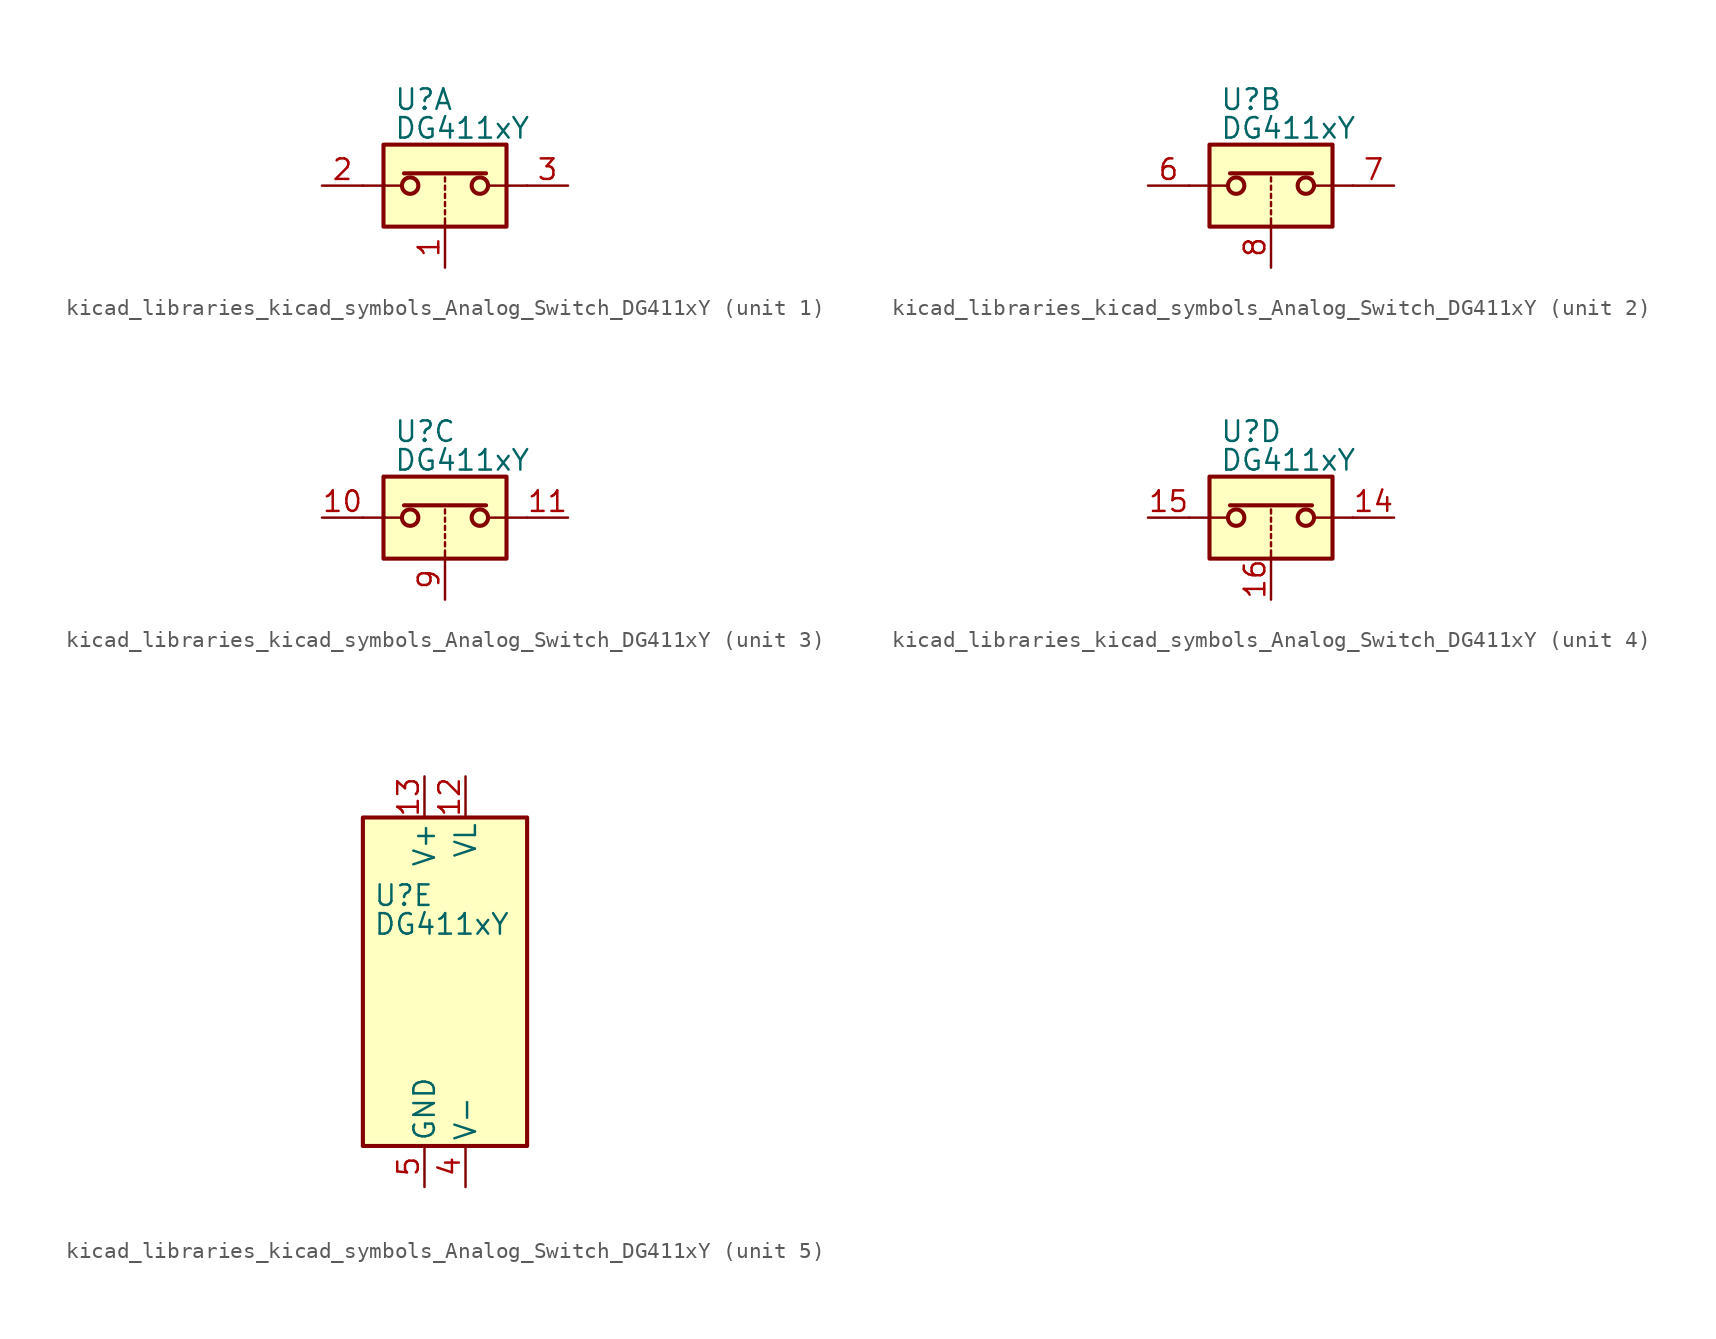
<source format=kicad_sym>
(kicad_symbol_lib
  (version 20220914)
  (generator kicad_symbol_editor)
  (symbol "kicad_libraries_kicad_symbols_Analog_Switch_DG411xY"
    (pin_names
      (offset 0.254))
    (property "Reference" "U"
      (at -3.175 5.334 0)
      (effects (font (size 1.27 1.27)) (justify left)))
    (property "Value" "DG411xY"
      (at -3.175 3.556 0)
      (effects (font (size 1.27 1.27)) (justify left)))
    (symbol "kicad_libraries_kicad_symbols_Analog_Switch_DG411xY_1_1"
      (rectangle (start -3.81 2.54) (end 3.81 -2.54) (stroke (width 0.254) (type default)) (fill (type background)))
      (circle (center -2.159 0) (radius 0.508) (stroke (width 0.254) (type default)) (fill (type none)))
      (polyline (pts (xy -5.08 0) (xy -2.794 0)) (stroke (width 0) (type default)) (fill (type none)))
      (polyline (pts (xy -2.54 0.762) (xy 2.54 0.762)) (stroke (width 0.254) (type default)) (fill (type none)))
      (polyline (pts (xy 0 -2.54) (xy 0 -2.032)) (stroke (width 0) (type default)) (fill (type none)))
      (polyline (pts (xy 0 -1.778) (xy 0 -1.524)) (stroke (width 0) (type default)) (fill (type none)))
      (polyline (pts (xy 0 -1.27) (xy 0 -1.016)) (stroke (width 0) (type default)) (fill (type none)))
      (polyline (pts (xy 0 -0.762) (xy 0 -0.508)) (stroke (width 0) (type default)) (fill (type none)))
      (polyline (pts (xy 0 -0.254) (xy 0 0)) (stroke (width 0) (type default)) (fill (type none)))
      (polyline (pts (xy 0 0.254) (xy 0 0.508)) (stroke (width 0) (type default)) (fill (type none)))
      (polyline (pts (xy 5.08 0) (xy 2.794 0)) (stroke (width 0) (type default)) (fill (type none)))
      (circle (center 2.159 0) (radius 0.508) (stroke (width 0.254) (type default)) (fill (type none)))
      (pin input line (at 0 -5.08 90) (length 2.54) (name "~" (effects (font (size 1.27 1.27)))) (number "1" (effects (font (size 1.27 1.27)))))
      (pin passive line (at -7.62 0 0) (length 2.54) (name "~" (effects (font (size 1.27 1.27)))) (number "2" (effects (font (size 1.27 1.27)))))
      (pin passive line (at 7.62 0 180) (length 2.54) (name "~" (effects (font (size 1.27 1.27)))) (number "3" (effects (font (size 1.27 1.27))))))
    (symbol "kicad_libraries_kicad_symbols_Analog_Switch_DG411xY_2_1"
      (rectangle (start -3.81 2.54) (end 3.81 -2.54) (stroke (width 0.254) (type default)) (fill (type background)))
      (circle (center -2.159 0) (radius 0.508) (stroke (width 0.254) (type default)) (fill (type none)))
      (polyline (pts (xy -5.08 0) (xy -2.794 0)) (stroke (width 0) (type default)) (fill (type none)))
      (polyline (pts (xy -2.54 0.762) (xy 2.54 0.762)) (stroke (width 0.254) (type default)) (fill (type none)))
      (polyline (pts (xy 0 -2.54) (xy 0 -2.032)) (stroke (width 0) (type default)) (fill (type none)))
      (polyline (pts (xy 0 -1.778) (xy 0 -1.524)) (stroke (width 0) (type default)) (fill (type none)))
      (polyline (pts (xy 0 -1.27) (xy 0 -1.016)) (stroke (width 0) (type default)) (fill (type none)))
      (polyline (pts (xy 0 -0.762) (xy 0 -0.508)) (stroke (width 0) (type default)) (fill (type none)))
      (polyline (pts (xy 0 -0.254) (xy 0 0)) (stroke (width 0) (type default)) (fill (type none)))
      (polyline (pts (xy 0 0.254) (xy 0 0.508)) (stroke (width 0) (type default)) (fill (type none)))
      (polyline (pts (xy 5.08 0) (xy 2.794 0)) (stroke (width 0) (type default)) (fill (type none)))
      (circle (center 2.159 0) (radius 0.508) (stroke (width 0.254) (type default)) (fill (type none)))
      (pin passive line (at -7.62 0 0) (length 2.54) (name "~" (effects (font (size 1.27 1.27)))) (number "6" (effects (font (size 1.27 1.27)))))
      (pin passive line (at 7.62 0 180) (length 2.54) (name "~" (effects (font (size 1.27 1.27)))) (number "7" (effects (font (size 1.27 1.27)))))
      (pin input line (at 0 -5.08 90) (length 2.54) (name "~" (effects (font (size 1.27 1.27)))) (number "8" (effects (font (size 1.27 1.27))))))
    (symbol "kicad_libraries_kicad_symbols_Analog_Switch_DG411xY_3_1"
      (rectangle (start -3.81 2.54) (end 3.81 -2.54) (stroke (width 0.254) (type default)) (fill (type background)))
      (circle (center -2.159 0) (radius 0.508) (stroke (width 0.254) (type default)) (fill (type none)))
      (polyline (pts (xy -5.08 0) (xy -2.794 0)) (stroke (width 0) (type default)) (fill (type none)))
      (polyline (pts (xy -2.54 0.762) (xy 2.54 0.762)) (stroke (width 0.254) (type default)) (fill (type none)))
      (polyline (pts (xy 0 -2.54) (xy 0 -2.032)) (stroke (width 0) (type default)) (fill (type none)))
      (polyline (pts (xy 0 -1.778) (xy 0 -1.524)) (stroke (width 0) (type default)) (fill (type none)))
      (polyline (pts (xy 0 -1.27) (xy 0 -1.016)) (stroke (width 0) (type default)) (fill (type none)))
      (polyline (pts (xy 0 -0.762) (xy 0 -0.508)) (stroke (width 0) (type default)) (fill (type none)))
      (polyline (pts (xy 0 -0.254) (xy 0 0)) (stroke (width 0) (type default)) (fill (type none)))
      (polyline (pts (xy 0 0.254) (xy 0 0.508)) (stroke (width 0) (type default)) (fill (type none)))
      (polyline (pts (xy 5.08 0) (xy 2.794 0)) (stroke (width 0) (type default)) (fill (type none)))
      (circle (center 2.159 0) (radius 0.508) (stroke (width 0.254) (type default)) (fill (type none)))
      (pin passive line (at -7.62 0 0) (length 2.54) (name "~" (effects (font (size 1.27 1.27)))) (number "10" (effects (font (size 1.27 1.27)))))
      (pin passive line (at 7.62 0 180) (length 2.54) (name "~" (effects (font (size 1.27 1.27)))) (number "11" (effects (font (size 1.27 1.27)))))
      (pin input line (at 0 -5.08 90) (length 2.54) (name "~" (effects (font (size 1.27 1.27)))) (number "9" (effects (font (size 1.27 1.27))))))
    (symbol "kicad_libraries_kicad_symbols_Analog_Switch_DG411xY_4_1"
      (rectangle (start -3.81 2.54) (end 3.81 -2.54) (stroke (width 0.254) (type default)) (fill (type background)))
      (circle (center -2.159 0) (radius 0.508) (stroke (width 0.254) (type default)) (fill (type none)))
      (polyline (pts (xy -5.08 0) (xy -2.794 0)) (stroke (width 0) (type default)) (fill (type none)))
      (polyline (pts (xy -2.54 0.762) (xy 2.54 0.762)) (stroke (width 0.254) (type default)) (fill (type none)))
      (polyline (pts (xy 0 -2.54) (xy 0 -2.032)) (stroke (width 0) (type default)) (fill (type none)))
      (polyline (pts (xy 0 -1.778) (xy 0 -1.524)) (stroke (width 0) (type default)) (fill (type none)))
      (polyline (pts (xy 0 -1.27) (xy 0 -1.016)) (stroke (width 0) (type default)) (fill (type none)))
      (polyline (pts (xy 0 -0.762) (xy 0 -0.508)) (stroke (width 0) (type default)) (fill (type none)))
      (polyline (pts (xy 0 -0.254) (xy 0 0)) (stroke (width 0) (type default)) (fill (type none)))
      (polyline (pts (xy 0 0.254) (xy 0 0.508)) (stroke (width 0) (type default)) (fill (type none)))
      (polyline (pts (xy 5.08 0) (xy 2.794 0)) (stroke (width 0) (type default)) (fill (type none)))
      (circle (center 2.159 0) (radius 0.508) (stroke (width 0.254) (type default)) (fill (type none)))
      (pin passive line (at 7.62 0 180) (length 2.54) (name "~" (effects (font (size 1.27 1.27)))) (number "14" (effects (font (size 1.27 1.27)))))
      (pin passive line (at -7.62 0 0) (length 2.54) (name "~" (effects (font (size 1.27 1.27)))) (number "15" (effects (font (size 1.27 1.27)))))
      (pin input line (at 0 -5.08 90) (length 2.54) (name "~" (effects (font (size 1.27 1.27)))) (number "16" (effects (font (size 1.27 1.27))))))
    (symbol "kicad_libraries_kicad_symbols_Analog_Switch_DG411xY_5_0"
      (pin power_in line (at 2.54 12.7 270) (length 2.54) (name "VL" (effects (font (size 1.27 1.27)))) (number "12" (effects (font (size 1.27 1.27)))))
      (pin power_in line (at 0 12.7 270) (length 2.54) (name "V+" (effects (font (size 1.27 1.27)))) (number "13" (effects (font (size 1.27 1.27)))))
      (pin power_in line (at 2.54 -12.7 90) (length 2.54) (name "V-" (effects (font (size 1.27 1.27)))) (number "4" (effects (font (size 1.27 1.27)))))
      (pin power_in line (at 0 -12.7 90) (length 2.54) (name "GND" (effects (font (size 1.27 1.27)))) (number "5" (effects (font (size 1.27 1.27))))))
    (symbol "kicad_libraries_kicad_symbols_Analog_Switch_DG411xY_5_1"
      (rectangle (start -3.81 10.16) (end 6.35 -10.16) (stroke (width 0.254) (type default)) (fill (type background))))))
</source>
